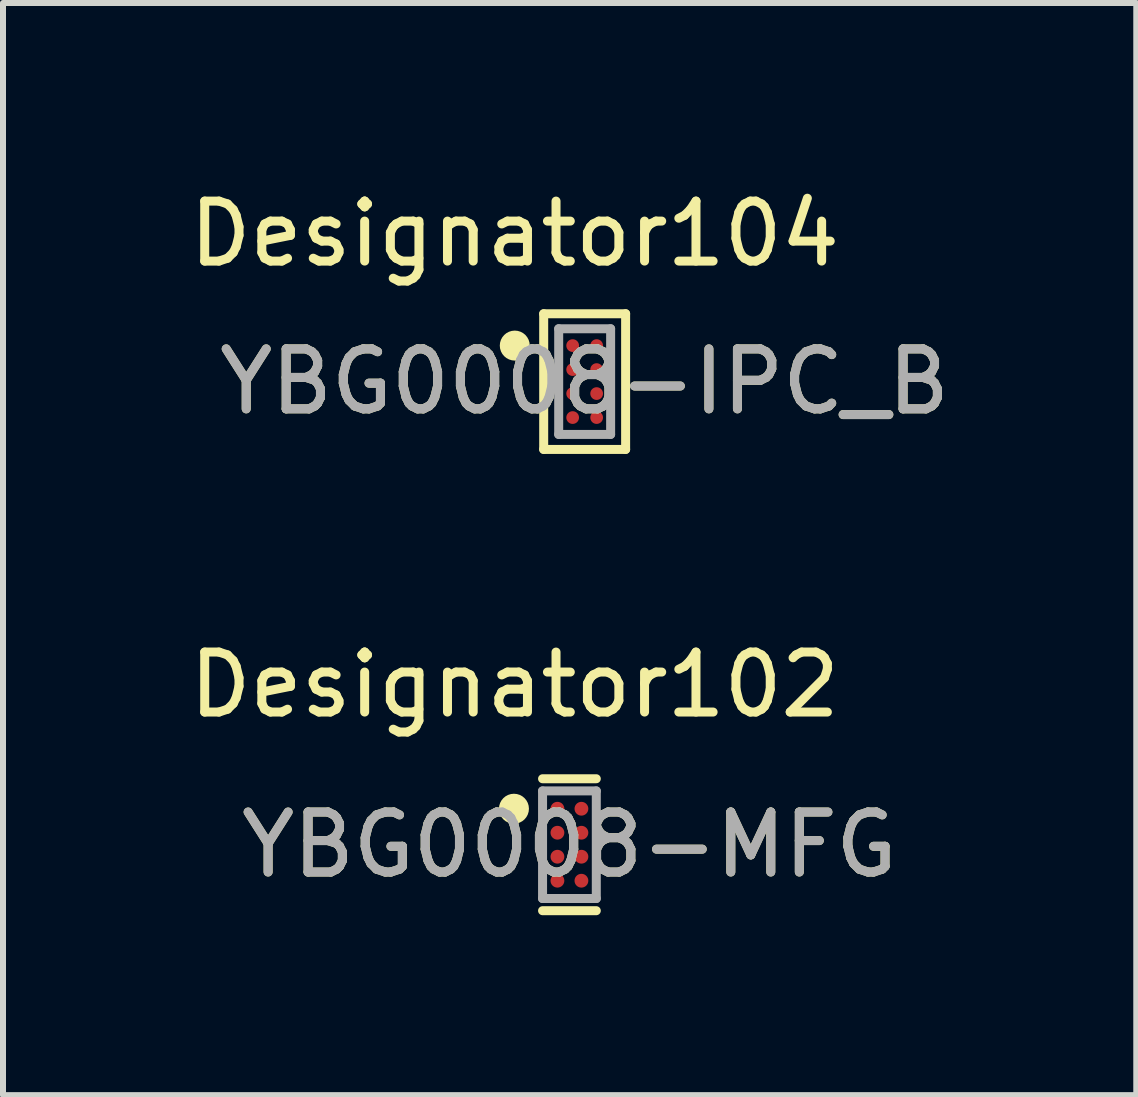
<source format=kicad_pcb>
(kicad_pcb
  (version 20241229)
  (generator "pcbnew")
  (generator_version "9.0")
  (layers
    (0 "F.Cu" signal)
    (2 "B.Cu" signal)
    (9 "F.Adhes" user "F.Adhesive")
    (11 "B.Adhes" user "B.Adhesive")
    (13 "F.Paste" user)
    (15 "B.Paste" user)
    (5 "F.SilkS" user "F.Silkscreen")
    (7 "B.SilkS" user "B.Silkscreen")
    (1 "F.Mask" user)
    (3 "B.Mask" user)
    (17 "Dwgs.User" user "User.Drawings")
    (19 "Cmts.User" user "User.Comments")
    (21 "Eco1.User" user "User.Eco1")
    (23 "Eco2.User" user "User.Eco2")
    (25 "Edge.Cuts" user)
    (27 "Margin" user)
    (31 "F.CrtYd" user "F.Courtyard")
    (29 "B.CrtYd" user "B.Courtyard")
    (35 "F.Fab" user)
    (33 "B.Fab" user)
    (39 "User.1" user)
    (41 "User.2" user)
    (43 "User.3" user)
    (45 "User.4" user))
  (footprint "YBG0008-MFG"
    (layer "F.Cu")
    (at 6.444 11.034)
    (property "Reference" "YBG0008-MFG" (at 0 0 0) (unlocked yes) (layer "F.SilkS") (effects (font (size 1 1) (thickness 0.15))))
    (attr smd)
    (fp_line (start -0.448 -1.1) (end 0.448 -1.1) (stroke (width 0.15) (type solid)) (layer "F.SilkS"))
    (fp_line (start -0.448 1.1) (end 0.448 1.1) (stroke (width 0.15) (type solid)) (layer "F.SilkS"))
    (fp_circle (center -0.925 -0.6) (end -0.8 -0.6) (stroke (width 0.25) (type solid)) (fill no) (layer "F.SilkS"))
    (fp_poly (pts (xy -0.275 0.075) (xy -0.125 0.075) (xy -0.075 0.125) (xy -0.075 0.275) (xy -0.125 0.325) (xy -0.275 0.325) (xy -0.325 0.275) (xy -0.325 0.125)) (stroke (width 0) (type solid)) (fill yes) (layer "F.Paste"))
    (fp_poly (pts (xy -0.125 -0.325) (xy -0.075 -0.275) (xy -0.075 -0.125) (xy -0.125 -0.075) (xy -0.275 -0.075) (xy -0.325 -0.125) (xy -0.325 -0.275) (xy -0.275 -0.325)) (stroke (width 0) (type solid)) (fill yes) (layer "F.Paste"))
    (fp_poly (pts (xy -0.125 0.725) (xy -0.275 0.725) (xy -0.325 0.675) (xy -0.325 0.525) (xy -0.275 0.475) (xy -0.125 0.475) (xy -0.075 0.525) (xy -0.075 0.675)) (stroke (width 0) (type solid)) (fill yes) (layer "F.Paste"))
    (fp_poly (pts (xy -0.075 -0.675) (xy -0.075 -0.525) (xy -0.125 -0.475) (xy -0.275 -0.475) (xy -0.325 -0.525) (xy -0.325 -0.675) (xy -0.275 -0.725) (xy -0.125 -0.725)) (stroke (width 0) (type solid)) (fill yes) (layer "F.Paste"))
    (fp_poly (pts (xy 0.075 0.525) (xy 0.125 0.475) (xy 0.275 0.475) (xy 0.325 0.525) (xy 0.325 0.675) (xy 0.275 0.725) (xy 0.125 0.725) (xy 0.075 0.675)) (stroke (width 0) (type solid)) (fill yes) (layer "F.Paste"))
    (fp_poly (pts (xy 0.125 -0.325) (xy 0.275 -0.325) (xy 0.325 -0.275) (xy 0.325 -0.125) (xy 0.275 -0.075) (xy 0.125 -0.075) (xy 0.075 -0.125) (xy 0.075 -0.275)) (stroke (width 0) (type solid)) (fill yes) (layer "F.Paste"))
    (fp_poly (pts (xy 0.275 0.325) (xy 0.125 0.325) (xy 0.075 0.275) (xy 0.075 0.125) (xy 0.125 0.075) (xy 0.275 0.075) (xy 0.325 0.125) (xy 0.325 0.275)) (stroke (width 0) (type solid)) (fill yes) (layer "F.Paste"))
    (fp_poly (pts (xy 0.325 -0.675) (xy 0.325 -0.525) (xy 0.275 -0.475) (xy 0.125 -0.475) (xy 0.075 -0.525) (xy 0.075 -0.675) (xy 0.125 -0.725) (xy 0.275 -0.725)) (stroke (width 0) (type solid)) (fill yes) (layer "F.Paste"))
    (fp_line (start -0.448 -0.897) (end 0.448 -0.897) (stroke (width 0.15) (type solid)) (layer "F.Fab"))
    (fp_line (start -0.448 0.897) (end -0.448 -0.897) (stroke (width 0.15) (type solid)) (layer "F.Fab"))
    (fp_line (start -0.448 0.897) (end 0.448 0.897) (stroke (width 0.15) (type solid)) (layer "F.Fab"))
    (fp_line (start 0.448 0.897) (end 0.448 -0.897) (stroke (width 0.15) (type solid)) (layer "F.Fab"))
    (fp_text user "Designator102" (at -0.914 -2.667 0) (unlocked yes) (layer "F.SilkS") (effects (font (size 1 1) (thickness 0.15))))
    (fp_text user "${REFERENCE}" (at 0 0 0) (unlocked yes) (layer "F.Fab") (effects (font (size 1 1) (thickness 0.15))))
    (pad "A1" smd circle (at -0.2 -0.6) (size 0.23 0.23) (layers "F.Cu" "F.Mask"))
    (pad "A2" smd circle (at 0.2 -0.6) (size 0.23 0.23) (layers "F.Cu" "F.Mask"))
    (pad "B1" smd circle (at -0.2 -0.2) (size 0.23 0.23) (layers "F.Cu" "F.Mask"))
    (pad "B2" smd circle (at 0.2 -0.2) (size 0.23 0.23) (layers "F.Cu" "F.Mask"))
    (pad "C1" smd circle (at -0.2 0.2) (size 0.23 0.23) (layers "F.Cu" "F.Mask"))
    (pad "C2" smd circle (at 0.2 0.2) (size 0.23 0.23) (layers "F.Cu" "F.Mask"))
    (pad "D1" smd circle (at -0.2 0.6) (size 0.23 0.23) (layers "F.Cu" "F.Mask"))
    (pad "D2" smd circle (at 0.2 0.6) (size 0.23 0.23) (layers "F.Cu" "F.Mask")))
  (footprint "YBG0008-IPC_B"
    (layer "F.Cu")
    (at 6.698 3.312)
    (property "Reference" "YBG0008-IPC_B" (at 0 0 0) (unlocked yes) (layer "F.SilkS") (effects (font (size 1 1) (thickness 0.15))))
    (attr smd)
    (fp_line (start -0.683 -1.131) (end 0.683 -1.131) (stroke (width 0.15) (type solid)) (layer "F.SilkS"))
    (fp_line (start -0.683 1.131) (end -0.683 -1.131) (stroke (width 0.15) (type solid)) (layer "F.SilkS"))
    (fp_line (start -0.683 1.131) (end 0.683 1.131) (stroke (width 0.15) (type solid)) (layer "F.SilkS"))
    (fp_line (start 0.683 1.131) (end 0.683 -1.131) (stroke (width 0.15) (type solid)) (layer "F.SilkS"))
    (fp_circle (center -1.165 -0.6) (end -1.04 -0.6) (stroke (width 0.25) (type solid)) (fill no) (layer "F.SilkS"))
    (fp_line (start -0.433 -0.881) (end 0.433 -0.881) (stroke (width 0.15) (type solid)) (layer "F.Fab"))
    (fp_line (start -0.433 0.881) (end -0.433 -0.881) (stroke (width 0.15) (type solid)) (layer "F.Fab"))
    (fp_line (start -0.433 0.881) (end 0.433 0.881) (stroke (width 0.15) (type solid)) (layer "F.Fab"))
    (fp_line (start 0.433 0.881) (end 0.433 -0.881) (stroke (width 0.15) (type solid)) (layer "F.Fab"))
    (fp_text user "Designator104" (at -1.168 -2.464 0) (unlocked yes) (layer "F.SilkS") (effects (font (size 1 1) (thickness 0.15))))
    (fp_text user "${REFERENCE}" (at 0 0 0) (unlocked yes) (layer "F.Fab") (effects (font (size 1 1) (thickness 0.15))))
    (pad "A1" smd circle (at -0.2 -0.6) (size 0.212 0.212) (layers "F.Cu" "F.Mask" "F.Paste"))
    (pad "A2" smd circle (at 0.2 -0.6) (size 0.212 0.212) (layers "F.Cu" "F.Mask" "F.Paste"))
    (pad "B1" smd circle (at -0.2 -0.2) (size 0.212 0.212) (layers "F.Cu" "F.Mask" "F.Paste"))
    (pad "B2" smd circle (at 0.2 -0.2) (size 0.212 0.212) (layers "F.Cu" "F.Mask" "F.Paste"))
    (pad "C1" smd circle (at -0.2 0.2) (size 0.212 0.212) (layers "F.Cu" "F.Mask" "F.Paste"))
    (pad "C2" smd circle (at 0.2 0.2) (size 0.212 0.212) (layers "F.Cu" "F.Mask" "F.Paste"))
    (pad "D1" smd circle (at -0.2 0.6) (size 0.212 0.212) (layers "F.Cu" "F.Mask" "F.Paste"))
    (pad "D2" smd circle (at 0.2 0.6) (size 0.212 0.212) (layers "F.Cu" "F.Mask" "F.Paste")))
  (gr_rect
    (start -3 -3)
    (end 15.895 15.209)
    (stroke (width 0.1) (type default))
    (fill no)
    (layer "Edge.Cuts")))
</source>
